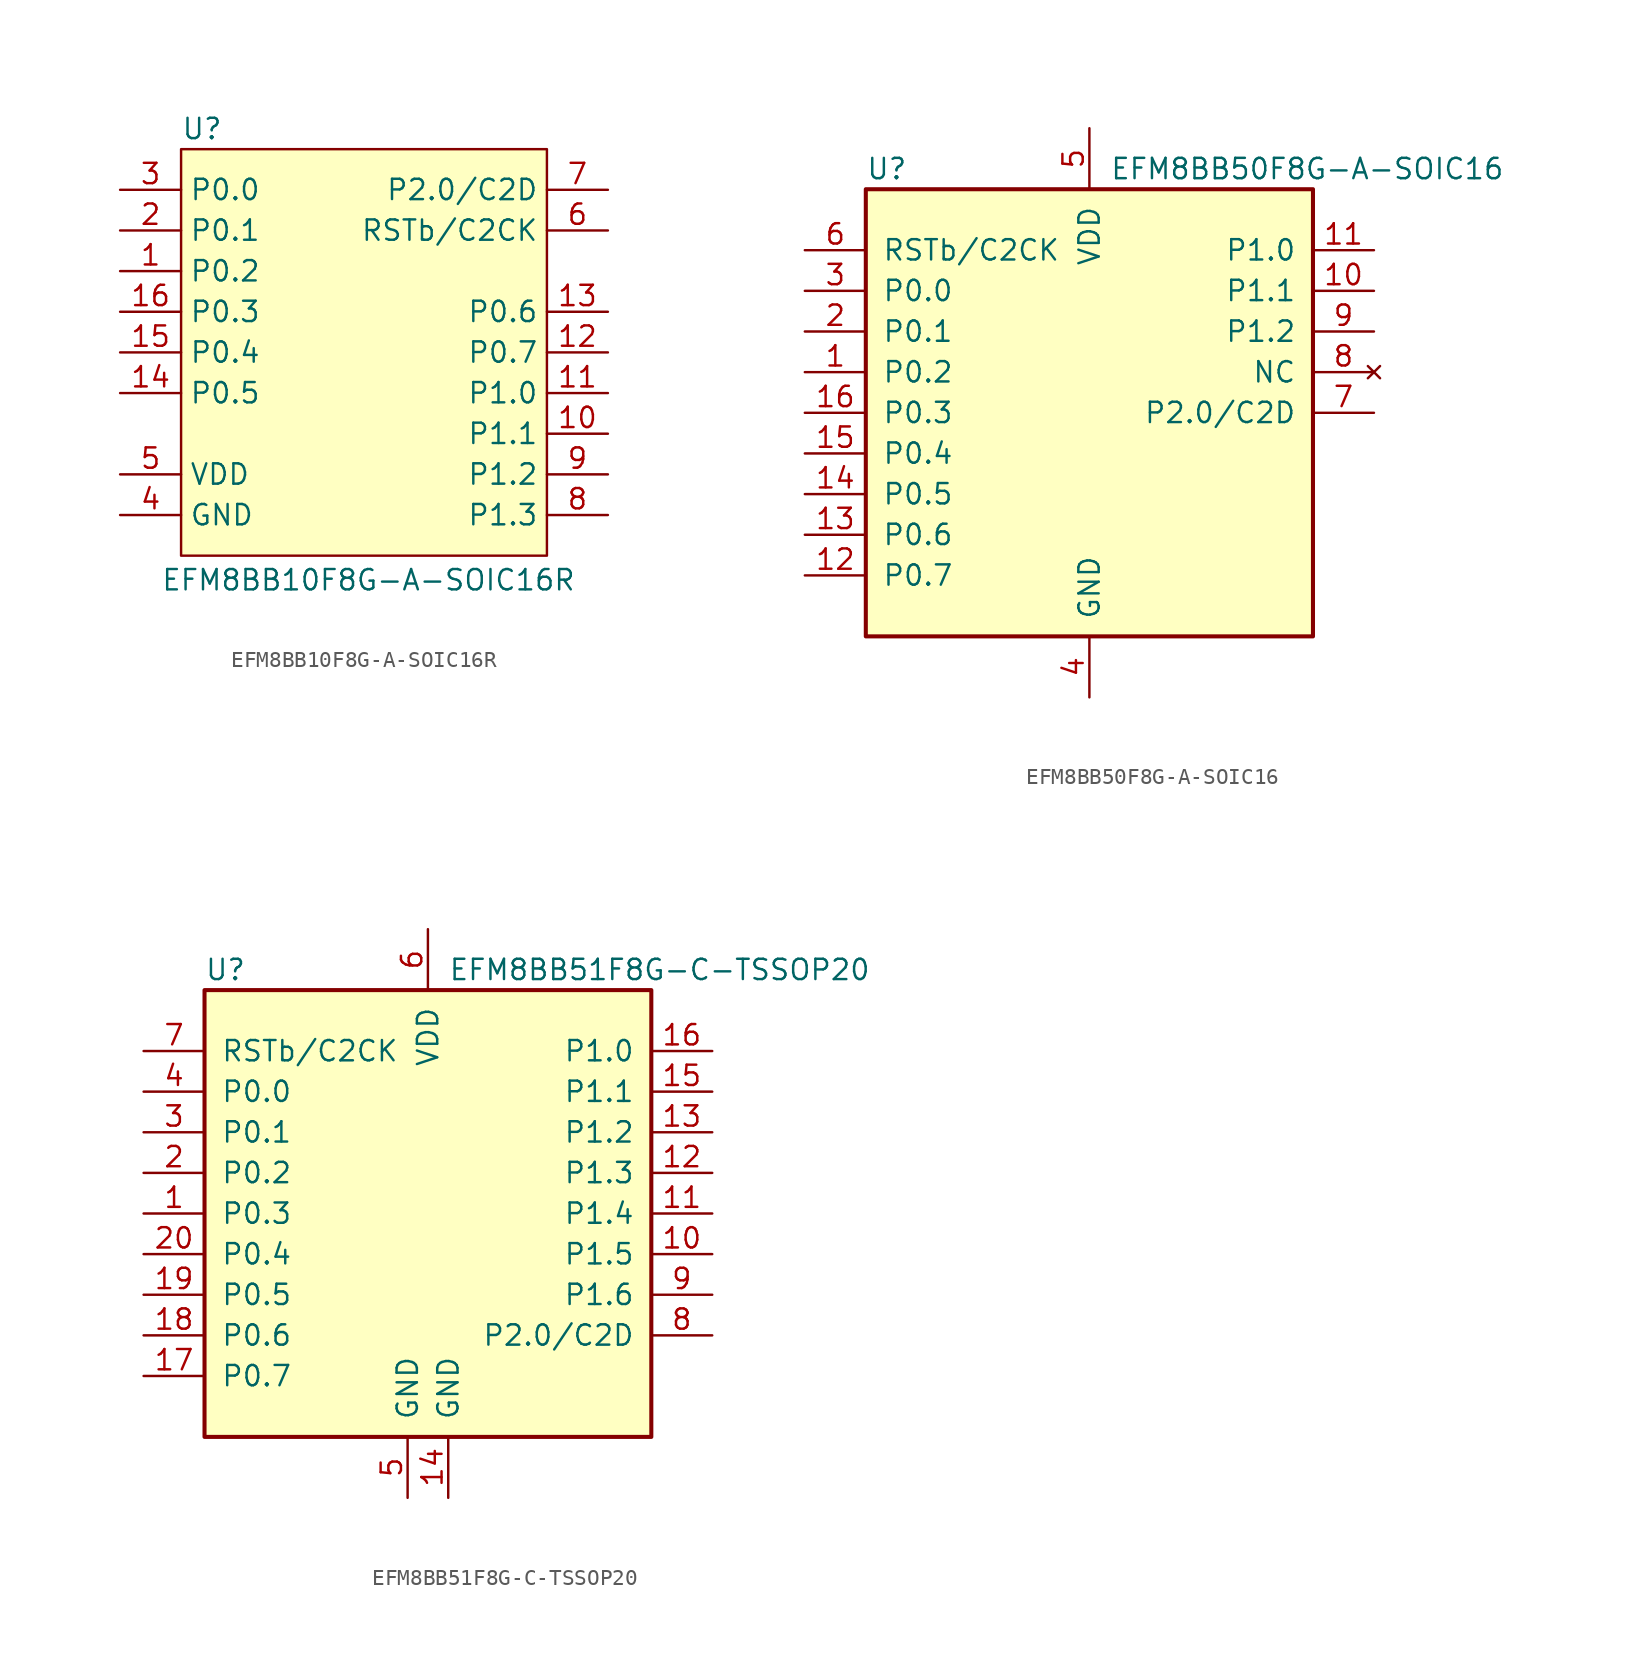
<source format=kicad_sym>
(kicad_symbol_lib
  (version 20241209)
  (generator "kicad_symbol_editor")
  (generator_version "9.0")
  (symbol "EFM8BB10F8G-A-SOIC16R"
    (property "Reference" "U"
      (at -11.43 10.16 0)
      (effects (font (size 1.27 1.27)) (justify left)))
    (property "Value" "EFM8BB10F8G-A-SOIC16R"
      (at -12.7 -18.034 0)
      (effects (font (size 1.27 1.27)) (justify left)))
    (symbol "EFM8BB10F8G-A-SOIC16R_1_1"
      (rectangle (start -11.43 8.89) (end 11.43 -16.51) (stroke (width 0) (type default)) (fill (type background)))
      (pin bidirectional line (at -15.24 6.35 0) (length 3.81) (name "P0.0" (effects (font (size 1.27 1.27)))) (number "3" (effects (font (size 1.27 1.27)))))
      (pin bidirectional line (at -15.24 3.81 0) (length 3.81) (name "P0.1" (effects (font (size 1.27 1.27)))) (number "2" (effects (font (size 1.27 1.27)))))
      (pin bidirectional line (at -15.24 1.27 0) (length 3.81) (name "P0.2" (effects (font (size 1.27 1.27)))) (number "1" (effects (font (size 1.27 1.27)))))
      (pin bidirectional line (at -15.24 -1.27 0) (length 3.81) (name "P0.3" (effects (font (size 1.27 1.27)))) (number "16" (effects (font (size 1.27 1.27)))))
      (pin bidirectional line (at -15.24 -3.81 0) (length 3.81) (name "P0.4" (effects (font (size 1.27 1.27)))) (number "15" (effects (font (size 1.27 1.27)))))
      (pin bidirectional line (at -15.24 -6.35 0) (length 3.81) (name "P0.5" (effects (font (size 1.27 1.27)))) (number "14" (effects (font (size 1.27 1.27)))))
      (pin power_in line (at -15.24 -11.43 0) (length 3.81) (name "VDD" (effects (font (size 1.27 1.27)))) (number "5" (effects (font (size 1.27 1.27)))))
      (pin power_in line (at -15.24 -13.97 0) (length 3.81) (name "GND" (effects (font (size 1.27 1.27)))) (number "4" (effects (font (size 1.27 1.27)))))
      (pin bidirectional line (at 15.24 6.35 180) (length 3.81) (name "P2.0/C2D" (effects (font (size 1.27 1.27)))) (number "7" (effects (font (size 1.27 1.27)))))
      (pin bidirectional line (at 15.24 3.81 180) (length 3.81) (name "RSTb/C2CK" (effects (font (size 1.27 1.27)))) (number "6" (effects (font (size 1.27 1.27)))))
      (pin bidirectional line (at 15.24 -1.27 180) (length 3.81) (name "P0.6" (effects (font (size 1.27 1.27)))) (number "13" (effects (font (size 1.27 1.27)))))
      (pin bidirectional line (at 15.24 -3.81 180) (length 3.81) (name "P0.7" (effects (font (size 1.27 1.27)))) (number "12" (effects (font (size 1.27 1.27)))))
      (pin bidirectional line (at 15.24 -6.35 180) (length 3.81) (name "P1.0" (effects (font (size 1.27 1.27)))) (number "11" (effects (font (size 1.27 1.27)))))
      (pin bidirectional line (at 15.24 -8.89 180) (length 3.81) (name "P1.1" (effects (font (size 1.27 1.27)))) (number "10" (effects (font (size 1.27 1.27)))))
      (pin bidirectional line (at 15.24 -11.43 180) (length 3.81) (name "P1.2" (effects (font (size 1.27 1.27)))) (number "9" (effects (font (size 1.27 1.27)))))
      (pin bidirectional line (at 15.24 -13.97 180) (length 3.81) (name "P1.3" (effects (font (size 1.27 1.27)))) (number "8" (effects (font (size 1.27 1.27)))))))
  (symbol "EFM8BB50F8G-A-SOIC16"
    (pin_names
      (offset 1.016))
    (property "Reference" "U"
      (at -13.97 15.24 0)
      (effects (font (size 1.27 1.27)) (justify left)))
    (property "Value" "EFM8BB50F8G-A-SOIC16"
      (at 1.27 15.24 0)
      (effects (font (size 1.27 1.27)) (justify left)))
    (symbol "EFM8BB50F8G-A-SOIC16_0_1"
      (rectangle (start -13.97 13.97) (end 13.97 -13.97) (stroke (width 0.254) (type default)) (fill (type background)))
      (pin input line (at -17.78 10.16 0) (length 3.81) (name "RSTb/C2CK" (effects (font (size 1.27 1.27)))) (number "6" (effects (font (size 1.27 1.27)))))
      (pin bidirectional line (at -17.78 7.62 0) (length 3.81) (name "P0.0" (effects (font (size 1.27 1.27)))) (number "3" (effects (font (size 1.27 1.27)))))
      (pin bidirectional line (at -17.78 5.08 0) (length 3.81) (name "P0.1" (effects (font (size 1.27 1.27)))) (number "2" (effects (font (size 1.27 1.27)))))
      (pin bidirectional line (at -17.78 2.54 0) (length 3.81) (name "P0.2" (effects (font (size 1.27 1.27)))) (number "1" (effects (font (size 1.27 1.27)))))
      (pin bidirectional line (at -17.78 0 0) (length 3.81) (name "P0.3" (effects (font (size 1.27 1.27)))) (number "16" (effects (font (size 1.27 1.27)))))
      (pin bidirectional line (at -17.78 -2.54 0) (length 3.81) (name "P0.4" (effects (font (size 1.27 1.27)))) (number "15" (effects (font (size 1.27 1.27)))))
      (pin bidirectional line (at -17.78 -5.08 0) (length 3.81) (name "P0.5" (effects (font (size 1.27 1.27)))) (number "14" (effects (font (size 1.27 1.27)))))
      (pin bidirectional line (at -17.78 -7.62 0) (length 3.81) (name "P0.6" (effects (font (size 1.27 1.27)))) (number "13" (effects (font (size 1.27 1.27)))))
      (pin bidirectional line (at -17.78 -10.16 0) (length 3.81) (name "P0.7" (effects (font (size 1.27 1.27)))) (number "12" (effects (font (size 1.27 1.27)))))
      (pin power_in line (at 0 17.78 270) (length 3.81) (name "VDD" (effects (font (size 1.27 1.27)))) (number "5" (effects (font (size 1.27 1.27)))))
      (pin power_in line (at 0 -17.78 90) (length 3.81) (name "GND" (effects (font (size 1.27 1.27)))) (number "4" (effects (font (size 1.27 1.27)))))
      (pin bidirectional line (at 17.78 10.16 180) (length 3.81) (name "P1.0" (effects (font (size 1.27 1.27)))) (number "11" (effects (font (size 1.27 1.27)))))
      (pin bidirectional line (at 17.78 7.62 180) (length 3.81) (name "P1.1" (effects (font (size 1.27 1.27)))) (number "10" (effects (font (size 1.27 1.27)))))
      (pin bidirectional line (at 17.78 5.08 180) (length 3.81) (name "P1.2" (effects (font (size 1.27 1.27)))) (number "9" (effects (font (size 1.27 1.27)))))
      (pin bidirectional line (at 17.78 0 180) (length 3.81) (name "P2.0/C2D" (effects (font (size 1.27 1.27)))) (number "7" (effects (font (size 1.27 1.27))))))
    (symbol "EFM8BB50F8G-A-SOIC16_1_1"
      (pin no_connect line (at 17.78 2.54 180) (length 3.81) (name "NC" (effects (font (size 1.27 1.27)))) (number "8" (effects (font (size 1.27 1.27)))))))
  (symbol "EFM8BB51F8G-C-TSSOP20"
    (pin_names
      (offset 1.016))
    (property "Reference" "U"
      (at -13.97 15.24 0)
      (effects (font (size 1.27 1.27)) (justify left)))
    (property "Value" "EFM8BB51F8G-C-TSSOP20"
      (at 1.27 15.24 0)
      (effects (font (size 1.27 1.27)) (justify left)))
    (symbol "EFM8BB51F8G-C-TSSOP20_0_1"
      (rectangle (start -13.97 13.97) (end 13.97 -13.97) (stroke (width 0.254) (type default)) (fill (type background))))
    (symbol "EFM8BB51F8G-C-TSSOP20_1_1"
      (pin input line (at -17.78 10.16 0) (length 3.81) (name "RSTb/C2CK" (effects (font (size 1.27 1.27)))) (number "7" (effects (font (size 1.27 1.27)))))
      (pin bidirectional line (at -17.78 7.62 0) (length 3.81) (name "P0.0" (effects (font (size 1.27 1.27)))) (number "4" (effects (font (size 1.27 1.27)))))
      (pin bidirectional line (at -17.78 5.08 0) (length 3.81) (name "P0.1" (effects (font (size 1.27 1.27)))) (number "3" (effects (font (size 1.27 1.27)))))
      (pin bidirectional line (at -17.78 2.54 0) (length 3.81) (name "P0.2" (effects (font (size 1.27 1.27)))) (number "2" (effects (font (size 1.27 1.27)))))
      (pin bidirectional line (at -17.78 0 0) (length 3.81) (name "P0.3" (effects (font (size 1.27 1.27)))) (number "1" (effects (font (size 1.27 1.27)))))
      (pin bidirectional line (at -17.78 -2.54 0) (length 3.81) (name "P0.4" (effects (font (size 1.27 1.27)))) (number "20" (effects (font (size 1.27 1.27)))))
      (pin bidirectional line (at -17.78 -5.08 0) (length 3.81) (name "P0.5" (effects (font (size 1.27 1.27)))) (number "19" (effects (font (size 1.27 1.27)))))
      (pin bidirectional line (at -17.78 -7.62 0) (length 3.81) (name "P0.6" (effects (font (size 1.27 1.27)))) (number "18" (effects (font (size 1.27 1.27)))))
      (pin bidirectional line (at -17.78 -10.16 0) (length 3.81) (name "P0.7" (effects (font (size 1.27 1.27)))) (number "17" (effects (font (size 1.27 1.27)))))
      (pin power_in line (at -1.27 -17.78 90) (length 3.81) (name "GND" (effects (font (size 1.27 1.27)))) (number "5" (effects (font (size 1.27 1.27)))))
      (pin power_in line (at 0 17.78 270) (length 3.81) (name "VDD" (effects (font (size 1.27 1.27)))) (number "6" (effects (font (size 1.27 1.27)))))
      (pin power_in line (at 1.27 -17.78 90) (length 3.81) (name "GND" (effects (font (size 1.27 1.27)))) (number "14" (effects (font (size 1.27 1.27)))))
      (pin bidirectional line (at 17.78 10.16 180) (length 3.81) (name "P1.0" (effects (font (size 1.27 1.27)))) (number "16" (effects (font (size 1.27 1.27)))))
      (pin bidirectional line (at 17.78 7.62 180) (length 3.81) (name "P1.1" (effects (font (size 1.27 1.27)))) (number "15" (effects (font (size 1.27 1.27)))))
      (pin bidirectional line (at 17.78 5.08 180) (length 3.81) (name "P1.2" (effects (font (size 1.27 1.27)))) (number "13" (effects (font (size 1.27 1.27)))))
      (pin bidirectional line (at 17.78 2.54 180) (length 3.81) (name "P1.3" (effects (font (size 1.27 1.27)))) (number "12" (effects (font (size 1.27 1.27)))))
      (pin bidirectional line (at 17.78 0 180) (length 3.81) (name "P1.4" (effects (font (size 1.27 1.27)))) (number "11" (effects (font (size 1.27 1.27)))))
      (pin bidirectional line (at 17.78 -2.54 180) (length 3.81) (name "P1.5" (effects (font (size 1.27 1.27)))) (number "10" (effects (font (size 1.27 1.27)))))
      (pin bidirectional line (at 17.78 -5.08 180) (length 3.81) (name "P1.6" (effects (font (size 1.27 1.27)))) (number "9" (effects (font (size 1.27 1.27)))))
      (pin bidirectional line (at 17.78 -7.62 180) (length 3.81) (name "P2.0/C2D" (effects (font (size 1.27 1.27)))) (number "8" (effects (font (size 1.27 1.27))))))))
</source>
